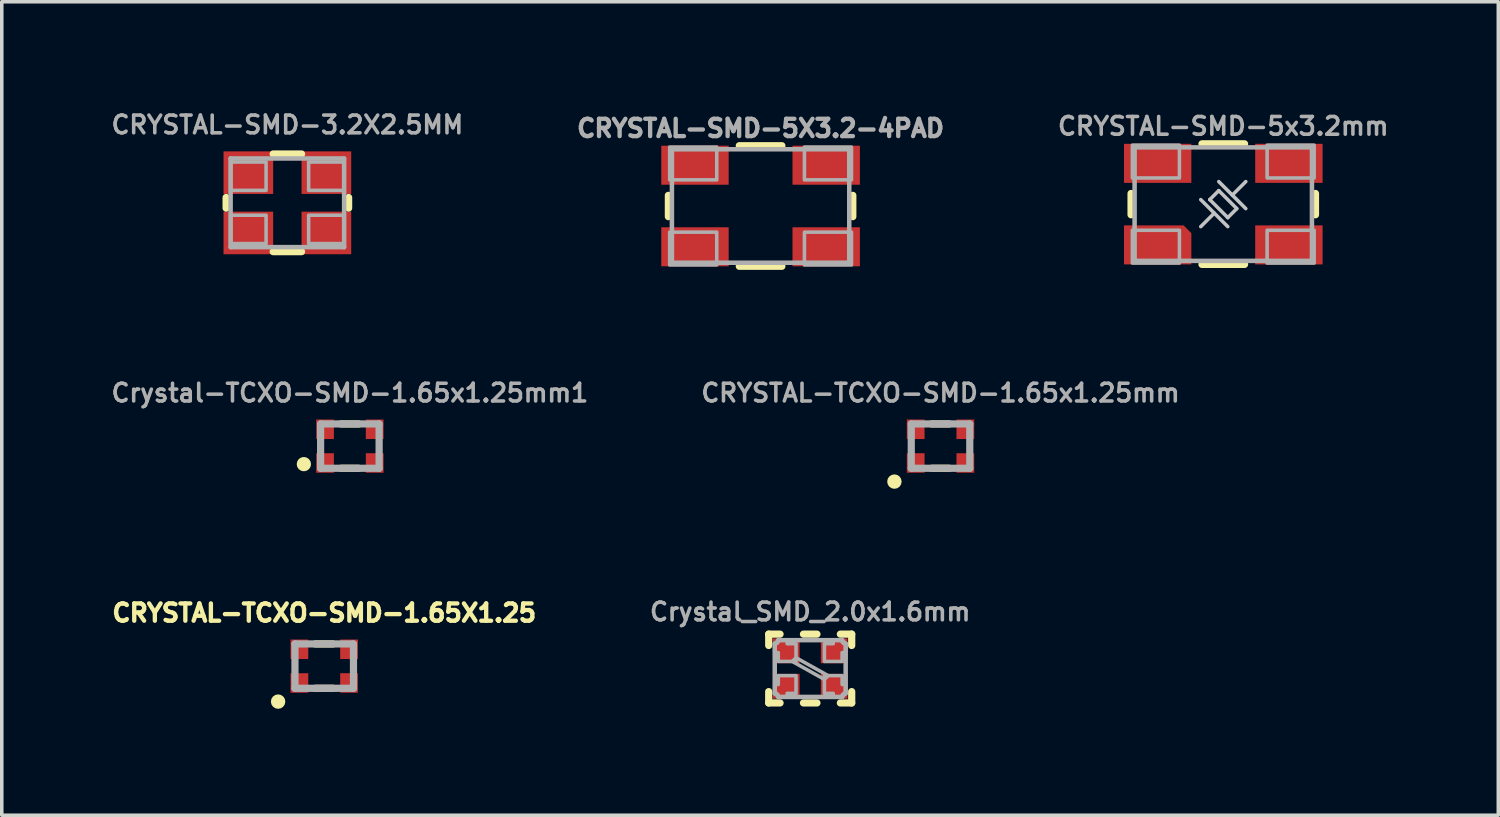
<source format=kicad_pcb>
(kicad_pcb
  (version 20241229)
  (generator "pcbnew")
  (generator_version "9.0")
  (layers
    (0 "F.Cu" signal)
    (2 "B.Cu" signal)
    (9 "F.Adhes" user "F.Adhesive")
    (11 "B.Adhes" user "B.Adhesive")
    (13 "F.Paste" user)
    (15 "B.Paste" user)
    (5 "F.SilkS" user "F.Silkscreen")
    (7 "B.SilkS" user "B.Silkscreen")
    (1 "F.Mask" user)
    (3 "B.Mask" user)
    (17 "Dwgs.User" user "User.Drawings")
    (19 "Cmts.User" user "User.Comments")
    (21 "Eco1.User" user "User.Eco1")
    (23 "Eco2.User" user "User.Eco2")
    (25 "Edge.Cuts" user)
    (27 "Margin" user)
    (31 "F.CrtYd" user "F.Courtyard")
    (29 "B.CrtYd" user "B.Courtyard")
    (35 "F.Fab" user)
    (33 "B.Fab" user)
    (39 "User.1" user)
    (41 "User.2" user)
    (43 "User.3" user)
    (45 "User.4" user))
  (footprint "CRYSTAL-SMD-5X3.2-4PAD"
    (layer "F.Cu")
    (at 18.394 2.758)
    (property "Reference" "CRYSTAL-SMD-5X3.2-4PAD" (at 0 -1.905 0) (layer "F.Fab") (effects (font (size 0.488 0.488) (thickness 0.122)) (justify bottom)))
    (fp_line (start -2.6 -0.3) (end -2.6 0.3) (stroke (width 0.203) (type solid)) (layer "F.SilkS"))
    (fp_line (start -0.6 -1.7) (end 0.6 -1.7) (stroke (width 0.203) (type solid)) (layer "F.SilkS"))
    (fp_line (start 0.6 1.7) (end -0.6 1.7) (stroke (width 0.203) (type solid)) (layer "F.SilkS"))
    (fp_line (start 2.6 -0.3) (end 2.6 0.3) (stroke (width 0.203) (type solid)) (layer "F.SilkS"))
    (fp_line (start -2.5 -1.6) (end -2.5 1.6) (stroke (width 0.127) (type solid)) (layer "F.Fab"))
    (fp_line (start -2.5 1.6) (end 2.5 1.6) (stroke (width 0.127) (type solid)) (layer "F.Fab"))
    (fp_line (start 2.5 -1.6) (end -2.5 -1.6) (stroke (width 0.127) (type solid)) (layer "F.Fab"))
    (fp_line (start 2.5 1.6) (end 2.5 -1.6) (stroke (width 0.127) (type solid)) (layer "F.Fab"))
    (fp_poly (pts (xy -1.236 -0.737) (xy -2.563 -0.737) (xy -2.563 -1.663) (xy -1.236 -1.663)) (stroke (width 0.1) (type default)) (fill no) (layer "F.Fab"))
    (fp_poly (pts (xy -1.236 1.663) (xy -2.563 1.663) (xy -2.563 0.737) (xy -1.236 0.737)) (stroke (width 0.1) (type default)) (fill no) (layer "F.Fab"))
    (fp_poly (pts (xy 2.563 -0.737) (xy 1.236 -0.737) (xy 1.236 -1.663) (xy 2.563 -1.663)) (stroke (width 0.1) (type default)) (fill no) (layer "F.Fab"))
    (fp_poly (pts (xy 2.563 1.663) (xy 1.236 1.663) (xy 1.236 0.737) (xy 2.563 0.737)) (stroke (width 0.1) (type default)) (fill no) (layer "F.Fab"))
    (pad "1" smd rect (at -1.85 1.15) (size 1.9 1.1) (layers "F.Cu" "F.Mask" "F.Paste"))
    (pad "2" smd rect (at 1.85 1.15) (size 1.9 1.1) (layers "F.Cu" "F.Mask" "F.Paste"))
    (pad "3" smd rect (at 1.85 -1.15) (size 1.9 1.1) (layers "F.Cu" "F.Mask" "F.Paste"))
    (pad "4" smd rect (at -1.85 -1.15) (size 1.9 1.1) (layers "F.Cu" "F.Mask" "F.Paste")))
  (footprint "CRYSTAL-TCXO-SMD-1.65x1.25mm"
    (layer "F.Cu")
    (at 23.467 9.528)
    (property "Reference" "CRYSTAL-TCXO-SMD-1.65x1.25mm" (at 0 -1.5 0) (layer "F.Fab") (effects (font (size 0.5 0.5) (thickness 0.1))))
    (fp_line (start -0.25 -0.625) (end 0.25 -0.625) (stroke (width 0.203) (type solid)) (layer "F.SilkS"))
    (fp_line (start -0.25 0.625) (end 0.25 0.625) (stroke (width 0.203) (type solid)) (layer "F.SilkS"))
    (fp_circle (center -1.3 1) (end -1.198 1) (stroke (width 0.203) (type solid)) (fill no) (layer "F.SilkS"))
    (fp_line (start -0.825 -0.625) (end -0.825 0.625) (stroke (width 0.203) (type solid)) (layer "F.Fab"))
    (fp_line (start -0.825 -0.625) (end 0.825 -0.625) (stroke (width 0.203) (type solid)) (layer "F.Fab"))
    (fp_line (start -0.825 0.625) (end 0.825 0.625) (stroke (width 0.203) (type solid)) (layer "F.Fab"))
    (fp_line (start 0.825 -0.625) (end 0.825 0.625) (stroke (width 0.203) (type solid)) (layer "F.Fab"))
    (pad "1" smd rect (at -0.7 0.475) (size 0.5 0.55) (layers "F.Cu" "F.Mask" "F.Paste"))
    (pad "2" smd rect (at 0.7 0.475) (size 0.5 0.55) (layers "F.Cu" "F.Mask" "F.Paste"))
    (pad "3" smd rect (at 0.7 -0.475) (size 0.5 0.55) (layers "F.Cu" "F.Mask" "F.Paste"))
    (pad "4" smd rect (at -0.7 -0.475) (size 0.5 0.55) (layers "F.Cu" "F.Mask" "F.Paste")))
  (footprint "CRYSTAL-TCXO-SMD-1.65X1.25"
    (layer "F.Cu")
    (at 6.091 15.731)
    (property "Reference" "CRYSTAL-TCXO-SMD-1.65X1.25" (at 0 -1.5 0) (layer "F.SilkS") (effects (font (size 0.488 0.488) (thickness 0.122))))
    (fp_line (start -0.25 -0.625) (end 0.25 -0.625) (stroke (width 0.203) (type solid)) (layer "F.SilkS"))
    (fp_line (start -0.25 0.625) (end 0.25 0.625) (stroke (width 0.203) (type solid)) (layer "F.SilkS"))
    (fp_circle (center -1.3 1) (end -1.198 1) (stroke (width 0.203) (type solid)) (fill no) (layer "F.SilkS"))
    (fp_line (start -0.825 -0.625) (end -0.825 0.625) (stroke (width 0.203) (type solid)) (layer "F.Fab"))
    (fp_line (start -0.825 -0.625) (end 0.825 -0.625) (stroke (width 0.203) (type solid)) (layer "F.Fab"))
    (fp_line (start -0.825 0.625) (end 0.825 0.625) (stroke (width 0.203) (type solid)) (layer "F.Fab"))
    (fp_line (start 0.825 -0.625) (end 0.825 0.625) (stroke (width 0.203) (type solid)) (layer "F.Fab"))
    (pad "1" smd rect (at -0.7 0.475) (size 0.5 0.55) (layers "F.Cu" "F.Mask" "F.Paste"))
    (pad "2" smd rect (at 0.7 0.475) (size 0.5 0.55) (layers "F.Cu" "F.Mask" "F.Paste"))
    (pad "3" smd rect (at 0.7 -0.475) (size 0.5 0.55) (layers "F.Cu" "F.Mask" "F.Paste"))
    (pad "4" smd rect (at -0.7 -0.475) (size 0.5 0.55) (layers "F.Cu" "F.Mask" "F.Paste")))
  (footprint "CRYSTAL-SMD-3.2X2.5MM"
    (layer "F.Cu")
    (at 5.052 2.668)
    (property "Reference" "CRYSTAL-SMD-3.2X2.5MM" (at 0 -2.2 0) (layer "F.Fab") (effects (font (size 0.5 0.5) (thickness 0.1))))
    (fp_line (start -1.727 0.15) (end -1.727 -0.15) (stroke (width 0.203) (type solid)) (layer "F.SilkS"))
    (fp_line (start -0.4 -1.377) (end 0.4 -1.377) (stroke (width 0.203) (type solid)) (layer "F.SilkS"))
    (fp_line (start 0.4 1.377) (end -0.4 1.377) (stroke (width 0.203) (type solid)) (layer "F.SilkS"))
    (fp_line (start 1.727 -0.15) (end 1.727 0.15) (stroke (width 0.203) (type solid)) (layer "F.SilkS"))
    (fp_line (start -1.6 -1.25) (end 1.6 -1.25) (stroke (width 0.127) (type solid)) (layer "F.Fab"))
    (fp_line (start -1.6 1.25) (end -1.6 -1.25) (stroke (width 0.127) (type solid)) (layer "F.Fab"))
    (fp_line (start 1.6 -1.25) (end 1.6 1.25) (stroke (width 0.127) (type solid)) (layer "F.Fab"))
    (fp_line (start 1.6 1.25) (end -1.6 1.25) (stroke (width 0.127) (type solid)) (layer "F.Fab"))
    (fp_poly (pts (xy -1.6 -0.35) (xy -0.6 -0.35) (xy -0.6 -1.15) (xy -1.6 -1.15)) (stroke (width 0.1) (type default)) (fill no) (layer "F.Fab"))
    (fp_poly (pts (xy -1.6 1.15) (xy -0.6 1.15) (xy -0.6 0.35) (xy -1.6 0.35)) (stroke (width 0.1) (type default)) (fill no) (layer "F.Fab"))
    (fp_poly (pts (xy 1.6 -1.15) (xy 0.6 -1.15) (xy 0.6 -0.35) (xy 1.6 -0.35)) (stroke (width 0.1) (type default)) (fill no) (layer "F.Fab"))
    (fp_poly (pts (xy 1.6 0.35) (xy 0.6 0.35) (xy 0.6 1.15) (xy 1.6 1.15)) (stroke (width 0.1) (type default)) (fill no) (layer "F.Fab"))
    (pad "1" smd rect (at -1.1 0.85 180) (size 1.4 1.2) (layers "F.Cu" "F.Mask" "F.Paste"))
    (pad "2" smd rect (at 1.1 0.85) (size 1.4 1.2) (layers "F.Cu" "F.Mask" "F.Paste"))
    (pad "3" smd rect (at 1.1 -0.85) (size 1.4 1.2) (layers "F.Cu" "F.Mask" "F.Paste"))
    (pad "4" smd rect (at -1.1 -0.85 180) (size 1.4 1.2) (layers "F.Cu" "F.Mask" "F.Paste")))
  (footprint "Crystal_SMD_2.0x1.6mm"
    (layer "F.Cu")
    (at 19.793 15.799)
    (property "Reference" "Crystal_SMD_2.0x1.6mm" (at 0 -1.6 0) (layer "F.Fab") (effects (font (size 0.5 0.5) (thickness 0.1) (bold yes))))
    (fp_line (start -1.17 -0.65) (end -1.17 -0.97) (stroke (width 0.203) (type solid)) (layer "F.SilkS"))
    (fp_line (start -1.17 0.65) (end -1.17 0.97) (stroke (width 0.203) (type solid)) (layer "F.SilkS"))
    (fp_line (start -0.85 -0.97) (end -1.17 -0.97) (stroke (width 0.203) (type solid)) (layer "F.SilkS"))
    (fp_line (start -0.85 0.97) (end -1.17 0.97) (stroke (width 0.203) (type solid)) (layer "F.SilkS"))
    (fp_line (start -0.19 0.97) (end 0.19 0.97) (stroke (width 0.203) (type solid)) (layer "F.SilkS"))
    (fp_line (start 0.19 -0.97) (end -0.19 -0.97) (stroke (width 0.203) (type solid)) (layer "F.SilkS"))
    (fp_line (start 0.85 -0.97) (end 1.17 -0.97) (stroke (width 0.203) (type solid)) (layer "F.SilkS"))
    (fp_line (start 0.85 0.97) (end 1.17 0.97) (stroke (width 0.203) (type solid)) (layer "F.SilkS"))
    (fp_line (start 1.17 -0.65) (end 1.17 -0.97) (stroke (width 0.203) (type solid)) (layer "F.SilkS"))
    (fp_line (start 1.17 0.65) (end 1.17 0.97) (stroke (width 0.203) (type solid)) (layer "F.SilkS"))
    (fp_line (start -1 -0.7) (end -1 0.7) (stroke (width 0.127) (type solid)) (layer "F.Fab"))
    (fp_line (start -0.9 0.8) (end 0.9 0.8) (stroke (width 0.127) (type solid)) (layer "F.Fab"))
    (fp_line (start 0.9 -0.8) (end -0.9 -0.8) (stroke (width 0.127) (type solid)) (layer "F.Fab"))
    (fp_line (start 1 0.7) (end 1 -0.7) (stroke (width 0.127) (type solid)) (layer "F.Fab"))
    (fp_arc (start -1 0.7) (mid -0.929289 0.729289) (end -0.9 0.8) (stroke (width 0.127) (type solid)) (layer "F.Fab"))
    (fp_arc (start -0.9 -0.8) (mid -0.929289 -0.729289) (end -1 -0.7) (stroke (width 0.127) (type solid)) (layer "F.Fab"))
    (fp_arc (start 0.9 0.8) (mid 0.929289 0.729289) (end 1 0.7) (stroke (width 0.127) (type solid)) (layer "F.Fab"))
    (fp_arc (start 1 -0.7) (mid 0.929289 -0.729289) (end 0.9 -0.8) (stroke (width 0.127) (type solid)) (layer "F.Fab"))
    (fp_poly (pts (xy 0.506 0.2) (xy 0.4 0.306) (xy -0.506 -0.2) (xy -0.4 -0.306)) (stroke (width 0.1) (type default)) (fill no) (layer "F.Fab"))
    (fp_poly (pts (xy -0.65 -0.7) (xy -0.4 -0.7) (xy -0.4 -0.2) (xy -0.9 -0.2) (xy -0.9 -0.45) (xy -1 -0.45) (xy -1 -0.7) (xy -0.9 -0.8) (xy -0.65 -0.8)) (stroke (width 0.1) (type default)) (fill no) (layer "F.Fab"))
    (fp_poly (pts (xy -0.4 0.7) (xy -0.65 0.7) (xy -0.65 0.8) (xy -0.9 0.8) (xy -1 0.7) (xy -1 0.45) (xy -0.9 0.45) (xy -0.9 0.2) (xy -0.4 0.2)) (stroke (width 0.1) (type default)) (fill no) (layer "F.Fab"))
    (fp_poly (pts (xy 0.9 0.45) (xy 1 0.45) (xy 1 0.7) (xy 0.9 0.8) (xy 0.65 0.8) (xy 0.65 0.7) (xy 0.4 0.7) (xy 0.4 0.2) (xy 0.9 0.2)) (stroke (width 0.1) (type default)) (fill no) (layer "F.Fab"))
    (fp_poly (pts (xy 1 -0.7) (xy 1 -0.45) (xy 0.9 -0.45) (xy 0.9 -0.2) (xy 0.4 -0.2) (xy 0.4 -0.7) (xy 0.65 -0.7) (xy 0.65 -0.8) (xy 0.9 -0.8)) (stroke (width 0.1) (type default)) (fill no) (layer "F.Fab"))
    (pad "1" smd rect (at -0.675 0.5) (size 0.75 0.7) (layers "F.Cu" "F.Mask" "F.Paste"))
    (pad "2" smd rect (at 0.675 -0.5 180) (size 0.75 0.7) (layers "F.Cu" "F.Mask" "F.Paste"))
    (pad "NC" smd rect (at -0.675 -0.5) (size 0.75 0.7) (layers "F.Cu" "F.Mask" "F.Paste"))
    (pad "NC" smd rect (at 0.675 0.5 180) (size 0.75 0.7) (layers "F.Cu" "F.Mask" "F.Paste")))
  (footprint "CRYSTAL-SMD-5x3.2mm"
    (layer "F.Cu")
    (at 31.439 2.705)
    (property "Reference" "CRYSTAL-SMD-5x3.2mm" (at 0 -1.905 0) (layer "F.Fab") (effects (font (size 0.5 0.5) (thickness 0.1) (bold yes)) (justify bottom)))
    (fp_line (start -2.6 -0.3) (end -2.6 0.3) (stroke (width 0.203) (type solid)) (layer "F.SilkS"))
    (fp_line (start -0.6 -1.7) (end 0.6 -1.7) (stroke (width 0.203) (type solid)) (layer "F.SilkS"))
    (fp_line (start 0.6 1.7) (end -0.6 1.7) (stroke (width 0.203) (type solid)) (layer "F.SilkS"))
    (fp_line (start 2.6 -0.3) (end 2.6 0.3) (stroke (width 0.203) (type solid)) (layer "F.SilkS"))
    (fp_line (start -0.381 -0.127) (end -0.127 -0.381) (stroke (width 0.1) (type default)) (layer "Dwgs.User"))
    (fp_line (start -0.254 0.254) (end -0.635 0.635) (stroke (width 0.1) (type default)) (layer "Dwgs.User"))
    (fp_line (start 0.127 0.381) (end -0.381 -0.127) (stroke (width 0.1) (type default)) (layer "Dwgs.User"))
    (fp_line (start 0.127 0.381) (end 0.381 0.127) (stroke (width 0.1) (type default)) (layer "Dwgs.User"))
    (fp_line (start 0.127 0.635) (end -0.635 -0.127) (stroke (width 0.1) (type default)) (layer "Dwgs.User"))
    (fp_line (start 0.381 0.127) (end -0.127 -0.381) (stroke (width 0.1) (type default)) (layer "Dwgs.User"))
    (fp_line (start 0.635 -0.635) (end 0.254 -0.254) (stroke (width 0.1) (type default)) (layer "Dwgs.User"))
    (fp_line (start 0.635 0.127) (end -0.127 -0.635) (stroke (width 0.1) (type default)) (layer "Dwgs.User"))
    (fp_line (start -2.5 -1.6) (end -2.5 1.6) (stroke (width 0.127) (type solid)) (layer "F.Fab"))
    (fp_line (start -2.5 1.6) (end 2.5 1.6) (stroke (width 0.127) (type solid)) (layer "F.Fab"))
    (fp_line (start 2.5 -1.6) (end -2.5 -1.6) (stroke (width 0.127) (type solid)) (layer "F.Fab"))
    (fp_line (start 2.5 1.6) (end 2.5 -1.6) (stroke (width 0.127) (type solid)) (layer "F.Fab"))
    (fp_poly (pts (xy -1.236 -0.737) (xy -2.563 -0.737) (xy -2.563 -1.663) (xy -1.236 -1.663)) (stroke (width 0.1) (type default)) (fill no) (layer "F.Fab"))
    (fp_poly (pts (xy -1.236 1.663) (xy -2.563 1.663) (xy -2.563 0.737) (xy -1.236 0.737)) (stroke (width 0.1) (type default)) (fill no) (layer "F.Fab"))
    (fp_poly (pts (xy 2.563 -0.737) (xy 1.236 -0.737) (xy 1.236 -1.663) (xy 2.563 -1.663)) (stroke (width 0.1) (type default)) (fill no) (layer "F.Fab"))
    (fp_poly (pts (xy 2.563 1.663) (xy 1.236 1.663) (xy 1.236 0.737) (xy 2.563 0.737)) (stroke (width 0.1) (type default)) (fill no) (layer "F.Fab"))
    (pad "1" smd roundrect (at -1.85 1.15) (size 1.9 1.1) (layers "F.Cu" "F.Mask" "F.Paste") (roundrect_rratio 0) (chamfer_ratio 0.2) (chamfer top_right))
    (pad "2" smd rect (at 1.85 1.15) (size 1.9 1.1) (layers "F.Cu" "F.Mask" "F.Paste"))
    (pad "3" smd rect (at 1.85 -1.15) (size 1.9 1.1) (layers "F.Cu" "F.Mask" "F.Paste"))
    (pad "4" smd rect (at -1.85 -1.15) (size 1.9 1.1) (layers "F.Cu" "F.Mask" "F.Paste")))
  (footprint "Crystal-TCXO-SMD-1.65x1.25mm1"
    (layer "F.Cu")
    (at 6.814 9.528)
    (property "Reference" "Crystal-TCXO-SMD-1.65x1.25mm1" (at 0 -1.5 0) (layer "F.Fab") (effects (font (size 0.5 0.5) (thickness 0.1))))
    (fp_line (start -0.25 -0.625) (end 0.25 -0.625) (stroke (width 0.203) (type solid)) (layer "F.SilkS"))
    (fp_line (start -0.25 0.625) (end 0.25 0.625) (stroke (width 0.203) (type solid)) (layer "F.SilkS"))
    (fp_circle (center -1.297 0.508) (end -1.297 0.608) (stroke (width 0.2) (type solid)) (fill yes) (layer "F.SilkS"))
    (fp_line (start -0.825 -0.625) (end -0.825 0.625) (stroke (width 0.203) (type solid)) (layer "F.Fab"))
    (fp_line (start -0.825 -0.625) (end 0.825 -0.625) (stroke (width 0.203) (type solid)) (layer "F.Fab"))
    (fp_line (start -0.825 0.625) (end 0.825 0.625) (stroke (width 0.203) (type solid)) (layer "F.Fab"))
    (fp_line (start 0.825 -0.625) (end 0.825 0.625) (stroke (width 0.203) (type solid)) (layer "F.Fab"))
    (pad "1" smd rect (at -0.7 0.475) (size 0.5 0.55) (layers "F.Cu" "F.Mask" "F.Paste"))
    (pad "2" smd rect (at 0.7 0.475) (size 0.5 0.55) (layers "F.Cu" "F.Mask" "F.Paste"))
    (pad "3" smd rect (at 0.7 -0.475) (size 0.5 0.55) (layers "F.Cu" "F.Mask" "F.Paste"))
    (pad "4" smd rect (at -0.7 -0.475) (size 0.5 0.55) (layers "F.Cu" "F.Mask" "F.Paste")))
  (gr_rect
    (start -3 -3)
    (end 39.193 19.934)
    (stroke (width 0.1) (type default))
    (fill no)
    (layer "Edge.Cuts")))
</source>
